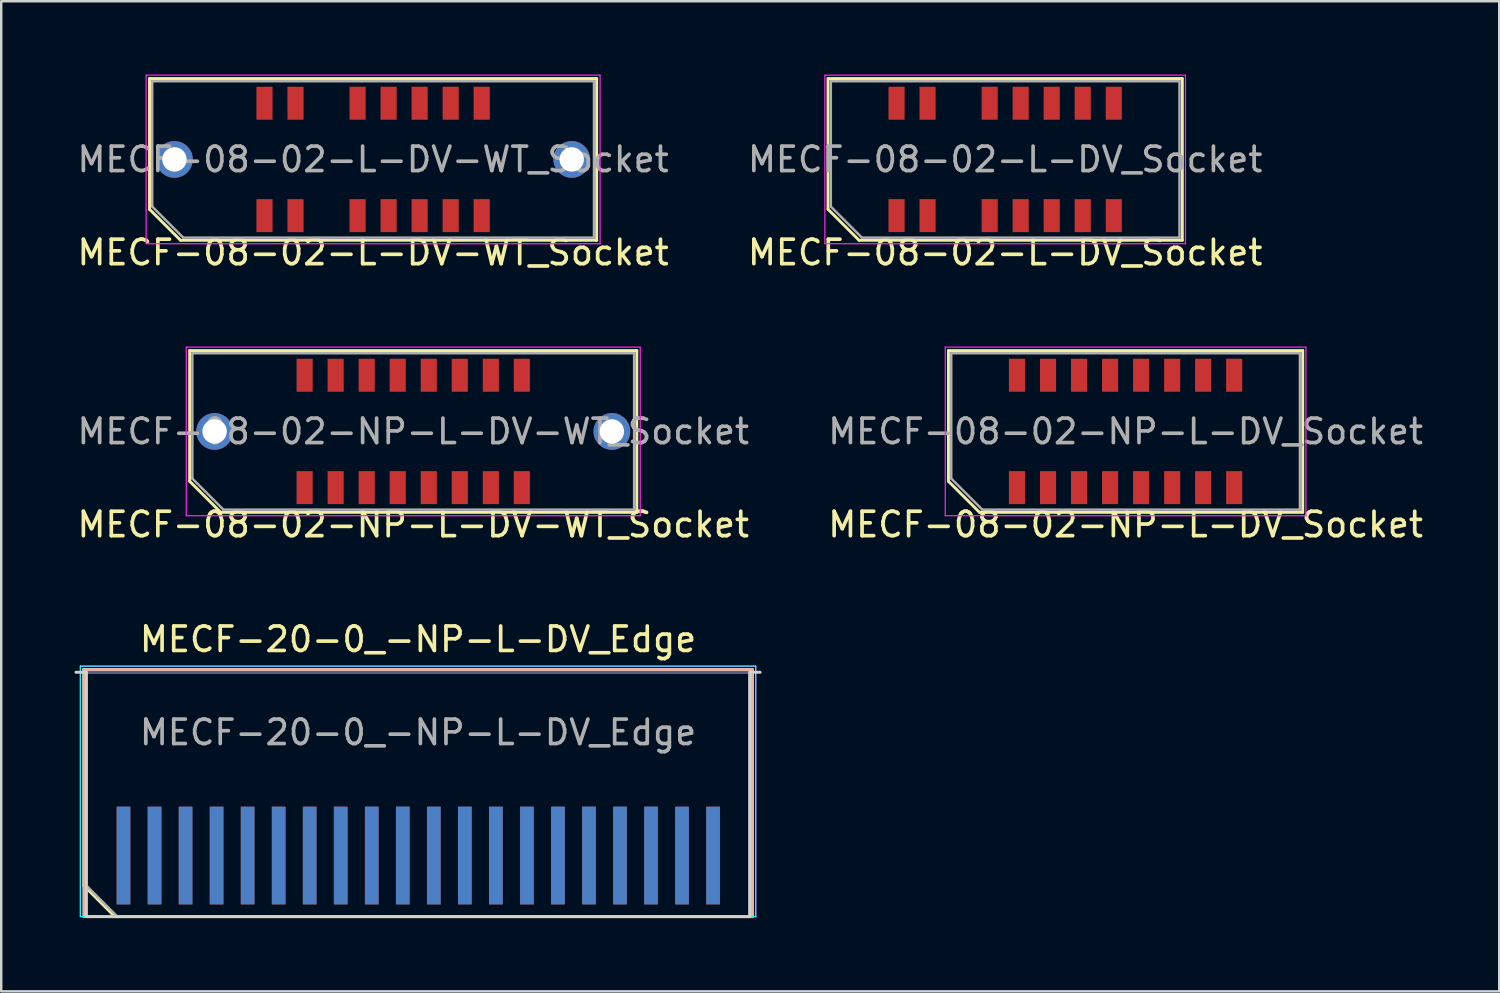
<source format=kicad_pcb>
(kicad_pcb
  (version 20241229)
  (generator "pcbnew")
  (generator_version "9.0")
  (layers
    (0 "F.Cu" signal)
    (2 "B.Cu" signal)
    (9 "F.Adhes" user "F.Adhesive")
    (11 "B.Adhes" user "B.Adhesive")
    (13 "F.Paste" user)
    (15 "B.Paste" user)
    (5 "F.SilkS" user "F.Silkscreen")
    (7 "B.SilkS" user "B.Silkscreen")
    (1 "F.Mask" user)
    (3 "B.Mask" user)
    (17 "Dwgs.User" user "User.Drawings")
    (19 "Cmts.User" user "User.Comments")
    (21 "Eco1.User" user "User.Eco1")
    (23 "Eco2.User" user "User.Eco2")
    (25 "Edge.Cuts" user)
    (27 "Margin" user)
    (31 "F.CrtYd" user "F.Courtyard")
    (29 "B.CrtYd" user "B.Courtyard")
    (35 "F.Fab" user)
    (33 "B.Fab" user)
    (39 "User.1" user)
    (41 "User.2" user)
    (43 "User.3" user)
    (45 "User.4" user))
  (footprint "MECF-20-0_-NP-L-DV_Edge"
    (layer "F.Cu")
    (at 14.06 29.465)
    (property "Reference" "MECF-20-0_-NP-L-DV_Edge" (at 0 -6.35 0) (layer "F.SilkS") (effects (font (size 1 1) (thickness 0.15))))
    (attr exclude_from_pos_files exclude_from_bom)
    (fp_line (start -13.68 -5.11) (end 13.68 -5.11) (stroke (width 0.12) (type solid)) (layer "F.SilkS"))
    (fp_line (start -13.68 3.73) (end -13.68 -5.11) (stroke (width 0.12) (type solid)) (layer "F.SilkS"))
    (fp_line (start -12.41 5) (end -13.68 3.73) (stroke (width 0.12) (type solid)) (layer "F.SilkS"))
    (fp_line (start -12.41 5) (end 13.68 5) (stroke (width 0.12) (type solid)) (layer "F.SilkS"))
    (fp_line (start 13.68 5) (end 13.68 -5.11) (stroke (width 0.12) (type solid)) (layer "F.SilkS"))
    (fp_line (start -13.68 -5.11) (end 13.68 -5.11) (stroke (width 0.12) (type solid)) (layer "B.SilkS"))
    (fp_line (start -13.68 5) (end -13.68 -5.11) (stroke (width 0.12) (type solid)) (layer "B.SilkS"))
    (fp_line (start -13.68 5) (end 13.68 5) (stroke (width 0.12) (type solid)) (layer "B.SilkS"))
    (fp_line (start 13.68 5) (end 13.68 -5.11) (stroke (width 0.12) (type solid)) (layer "B.SilkS"))
    (fp_line (start -14 -5) (end -13.575 -5) (stroke (width 0.12) (type solid)) (layer "Edge.Cuts"))
    (fp_line (start -13.575 5) (end -13.575 -5) (stroke (width 0.12) (type solid)) (layer "Edge.Cuts"))
    (fp_line (start -13.575 5) (end 13.575 5) (stroke (width 0.12) (type solid)) (layer "Edge.Cuts"))
    (fp_line (start 13.575 5) (end 13.575 -5) (stroke (width 0.12) (type solid)) (layer "Edge.Cuts"))
    (fp_line (start 14 -5) (end 13.575 -5) (stroke (width 0.12) (type solid)) (layer "Edge.Cuts"))
    (fp_line (start -13.82 -5.25) (end -13.82 5) (stroke (width 0.05) (type solid)) (layer "B.CrtYd"))
    (fp_line (start -13.82 5) (end 13.82 5) (stroke (width 0.05) (type solid)) (layer "B.CrtYd"))
    (fp_line (start 13.82 -5.25) (end -13.82 -5.25) (stroke (width 0.05) (type solid)) (layer "B.CrtYd"))
    (fp_line (start 13.82 5) (end 13.82 -5.25) (stroke (width 0.05) (type solid)) (layer "B.CrtYd"))
    (fp_line (start -13.82 -5.25) (end -13.82 5) (stroke (width 0.05) (type solid)) (layer "F.CrtYd"))
    (fp_line (start -13.82 5) (end 13.82 5) (stroke (width 0.05) (type solid)) (layer "F.CrtYd"))
    (fp_line (start 13.82 -5.25) (end -13.82 -5.25) (stroke (width 0.05) (type solid)) (layer "F.CrtYd"))
    (fp_line (start 13.82 5) (end 13.82 -5.25) (stroke (width 0.05) (type solid)) (layer "F.CrtYd"))
    (fp_line (start -13.575 -5) (end 13.575 -5) (stroke (width 0.1) (type solid)) (layer "B.Fab"))
    (fp_line (start -13.575 5) (end -13.575 -5) (stroke (width 0.1) (type solid)) (layer "B.Fab"))
    (fp_line (start -13.575 5) (end 13.575 5) (stroke (width 0.1) (type solid)) (layer "B.Fab"))
    (fp_line (start 13.575 5) (end 13.575 -5) (stroke (width 0.1) (type solid)) (layer "B.Fab"))
    (fp_line (start -13.575 -5) (end 13.575 -5) (stroke (width 0.1) (type solid)) (layer "F.Fab"))
    (fp_line (start -13.575 3.73) (end -13.575 -5) (stroke (width 0.1) (type solid)) (layer "F.Fab"))
    (fp_line (start -13.575 3.73) (end -12.305 5) (stroke (width 0.1) (type solid)) (layer "F.Fab"))
    (fp_line (start -12.305 5) (end 13.575 5) (stroke (width 0.1) (type solid)) (layer "F.Fab"))
    (fp_line (start 13.575 5) (end 13.575 -5) (stroke (width 0.1) (type solid)) (layer "F.Fab"))
    (fp_text user "${REFERENCE}" (at 0 -2.54 0) (layer "F.Fab") (effects (font (size 1 1) (thickness 0.15))))
    (pad "1" smd rect (at -12.055 2.5) (size 0.56 4) (layers "F.Cu" "F.Mask" "F.Paste"))
    (pad "2" smd rect (at -12.055 2.5) (size 0.56 4) (layers "B.Cu" "B.Mask" "B.Paste"))
    (pad "3" smd rect (at -10.785 2.5) (size 0.56 4) (layers "F.Cu" "F.Mask" "F.Paste"))
    (pad "4" smd rect (at -10.785 2.5) (size 0.56 4) (layers "B.Cu" "B.Mask" "B.Paste"))
    (pad "5" smd rect (at -9.515 2.5) (size 0.56 4) (layers "F.Cu" "F.Mask" "F.Paste"))
    (pad "6" smd rect (at -9.515 2.5) (size 0.56 4) (layers "B.Cu" "B.Mask" "B.Paste"))
    (pad "7" smd rect (at -8.245 2.5) (size 0.56 4) (layers "F.Cu" "F.Mask" "F.Paste"))
    (pad "8" smd rect (at -8.245 2.5) (size 0.56 4) (layers "B.Cu" "B.Mask" "B.Paste"))
    (pad "9" smd rect (at -6.975 2.5) (size 0.56 4) (layers "F.Cu" "F.Mask" "F.Paste"))
    (pad "10" smd rect (at -6.975 2.5) (size 0.56 4) (layers "B.Cu" "B.Mask" "B.Paste"))
    (pad "11" smd rect (at -5.705 2.5) (size 0.56 4) (layers "F.Cu" "F.Mask" "F.Paste"))
    (pad "12" smd rect (at -5.705 2.5) (size 0.56 4) (layers "B.Cu" "B.Mask" "B.Paste"))
    (pad "13" smd rect (at -4.435 2.5) (size 0.56 4) (layers "F.Cu" "F.Mask" "F.Paste"))
    (pad "14" smd rect (at -4.435 2.5) (size 0.56 4) (layers "B.Cu" "B.Mask" "B.Paste"))
    (pad "15" smd rect (at -3.165 2.5) (size 0.56 4) (layers "F.Cu" "F.Mask" "F.Paste"))
    (pad "16" smd rect (at -3.165 2.5) (size 0.56 4) (layers "B.Cu" "B.Mask" "B.Paste"))
    (pad "17" smd rect (at -1.895 2.5) (size 0.56 4) (layers "F.Cu" "F.Mask" "F.Paste"))
    (pad "18" smd rect (at -1.895 2.5) (size 0.56 4) (layers "B.Cu" "B.Mask" "B.Paste"))
    (pad "19" smd rect (at -0.625 2.5) (size 0.56 4) (layers "F.Cu" "F.Mask" "F.Paste"))
    (pad "20" smd rect (at -0.625 2.5) (size 0.56 4) (layers "B.Cu" "B.Mask" "B.Paste"))
    (pad "21" smd rect (at 0.645 2.5) (size 0.56 4) (layers "F.Cu" "F.Mask" "F.Paste"))
    (pad "22" smd rect (at 0.645 2.5) (size 0.56 4) (layers "B.Cu" "B.Mask" "B.Paste"))
    (pad "23" smd rect (at 1.915 2.5) (size 0.56 4) (layers "F.Cu" "F.Mask" "F.Paste"))
    (pad "24" smd rect (at 1.915 2.5) (size 0.56 4) (layers "B.Cu" "B.Mask" "B.Paste"))
    (pad "25" smd rect (at 3.185 2.5) (size 0.56 4) (layers "F.Cu" "F.Mask" "F.Paste"))
    (pad "26" smd rect (at 3.185 2.5) (size 0.56 4) (layers "B.Cu" "B.Mask" "B.Paste"))
    (pad "27" smd rect (at 4.455 2.5) (size 0.56 4) (layers "F.Cu" "F.Mask" "F.Paste"))
    (pad "28" smd rect (at 4.455 2.5) (size 0.56 4) (layers "B.Cu" "B.Mask" "B.Paste"))
    (pad "29" smd rect (at 5.725 2.5) (size 0.56 4) (layers "F.Cu" "F.Mask" "F.Paste"))
    (pad "30" smd rect (at 5.725 2.5) (size 0.56 4) (layers "B.Cu" "B.Mask" "B.Paste"))
    (pad "31" smd rect (at 6.995 2.5) (size 0.56 4) (layers "F.Cu" "F.Mask" "F.Paste"))
    (pad "32" smd rect (at 6.995 2.5) (size 0.56 4) (layers "B.Cu" "B.Mask" "B.Paste"))
    (pad "33" smd rect (at 8.265 2.5) (size 0.56 4) (layers "F.Cu" "F.Mask" "F.Paste"))
    (pad "34" smd rect (at 8.265 2.5) (size 0.56 4) (layers "B.Cu" "B.Mask" "B.Paste"))
    (pad "35" smd rect (at 9.535 2.5) (size 0.56 4) (layers "F.Cu" "F.Mask" "F.Paste"))
    (pad "36" smd rect (at 9.535 2.5) (size 0.56 4) (layers "B.Cu" "B.Mask" "B.Paste"))
    (pad "37" smd rect (at 10.805 2.5) (size 0.56 4) (layers "F.Cu" "F.Mask" "F.Paste"))
    (pad "38" smd rect (at 10.805 2.5) (size 0.56 4) (layers "B.Cu" "B.Mask" "B.Paste"))
    (pad "39" smd rect (at 12.075 2.5) (size 0.56 4) (layers "F.Cu" "F.Mask" "F.Paste"))
    (pad "40" smd rect (at 12.075 2.5) (size 0.56 4) (layers "B.Cu" "B.Mask" "B.Paste")))
  (footprint "MECF-08-02-NP-L-DV-WT_Socket"
    (layer "F.Cu")
    (at 13.863 14.608)
    (property "Reference" "MECF-08-02-NP-L-DV-WT_Socket" (at 0 3.81 0) (layer "F.SilkS") (effects (font (size 1 1) (thickness 0.15))))
    (attr smd)
    (fp_line (start -9.15 -3.31) (end 9.15 -3.31) (stroke (width 0.12) (type solid)) (layer "F.SilkS"))
    (fp_line (start -9.15 2.04) (end -9.15 -3.31) (stroke (width 0.12) (type solid)) (layer "F.SilkS"))
    (fp_line (start -7.88 3.31) (end -9.15 2.04) (stroke (width 0.12) (type solid)) (layer "F.SilkS"))
    (fp_line (start -7.88 3.31) (end 9.15 3.31) (stroke (width 0.12) (type solid)) (layer "F.SilkS"))
    (fp_line (start 9.15 3.31) (end 9.15 -3.31) (stroke (width 0.12) (type solid)) (layer "F.SilkS"))
    (fp_line (start -9.29 -3.45) (end -9.29 3.45) (stroke (width 0.05) (type solid)) (layer "F.CrtYd"))
    (fp_line (start -9.29 3.45) (end 9.29 3.45) (stroke (width 0.05) (type solid)) (layer "F.CrtYd"))
    (fp_line (start 9.29 -3.45) (end -9.29 -3.45) (stroke (width 0.05) (type solid)) (layer "F.CrtYd"))
    (fp_line (start 9.29 3.45) (end 9.29 -3.45) (stroke (width 0.05) (type solid)) (layer "F.CrtYd"))
    (fp_line (start -9.04 -3.2) (end 9.04 -3.2) (stroke (width 0.1) (type solid)) (layer "F.Fab"))
    (fp_line (start -9.04 1.93) (end -9.04 -3.2) (stroke (width 0.1) (type solid)) (layer "F.Fab"))
    (fp_line (start -9.04 1.93) (end -7.77 3.2) (stroke (width 0.1) (type solid)) (layer "F.Fab"))
    (fp_line (start -7.77 3.2) (end 9.04 3.2) (stroke (width 0.1) (type solid)) (layer "F.Fab"))
    (fp_line (start 9.04 3.2) (end 9.04 -3.2) (stroke (width 0.1) (type solid)) (layer "F.Fab"))
    (fp_text user "${REFERENCE}" (at 0 0 0) (layer "F.Fab") (effects (font (size 1 1) (thickness 0.15))))
    (pad "" thru_hole circle (at -8.13 0) (size 1.5 1.5) (drill 1) (layers "*.Cu" "*.Mask"))
    (pad "" np_thru_hole circle (at -6.225 0) (size 0.001 0.001) (drill 1.45) (layers "*.Cu" "*.Mask"))
    (pad "" np_thru_hole circle (at 6.225 1) (size 0.001 0.001) (drill 1.45) (layers "*.Cu" "*.Mask"))
    (pad "" thru_hole circle (at 8.13 0) (size 1.5 1.5) (drill 1) (layers "*.Cu" "*.Mask"))
    (pad "1" smd rect (at -4.445 2.3) (size 0.66 1.35) (layers "F.Cu" "F.Mask" "F.Paste"))
    (pad "2" smd rect (at -4.445 -2.3) (size 0.66 1.35) (layers "F.Cu" "F.Mask" "F.Paste"))
    (pad "3" smd rect (at -3.175 2.3) (size 0.66 1.35) (layers "F.Cu" "F.Mask" "F.Paste"))
    (pad "4" smd rect (at -3.175 -2.3) (size 0.66 1.35) (layers "F.Cu" "F.Mask" "F.Paste"))
    (pad "5" smd rect (at -1.905 2.3) (size 0.66 1.35) (layers "F.Cu" "F.Mask" "F.Paste"))
    (pad "6" smd rect (at -1.905 -2.3) (size 0.66 1.35) (layers "F.Cu" "F.Mask" "F.Paste"))
    (pad "7" smd rect (at -0.635 2.3) (size 0.66 1.35) (layers "F.Cu" "F.Mask" "F.Paste"))
    (pad "8" smd rect (at -0.635 -2.3) (size 0.66 1.35) (layers "F.Cu" "F.Mask" "F.Paste"))
    (pad "9" smd rect (at 0.635 2.3) (size 0.66 1.35) (layers "F.Cu" "F.Mask" "F.Paste"))
    (pad "10" smd rect (at 0.635 -2.3) (size 0.66 1.35) (layers "F.Cu" "F.Mask" "F.Paste"))
    (pad "11" smd rect (at 1.905 2.3) (size 0.66 1.35) (layers "F.Cu" "F.Mask" "F.Paste"))
    (pad "12" smd rect (at 1.905 -2.3) (size 0.66 1.35) (layers "F.Cu" "F.Mask" "F.Paste"))
    (pad "13" smd rect (at 3.175 2.3) (size 0.66 1.35) (layers "F.Cu" "F.Mask" "F.Paste"))
    (pad "14" smd rect (at 3.175 -2.3) (size 0.66 1.35) (layers "F.Cu" "F.Mask" "F.Paste"))
    (pad "15" smd rect (at 4.445 2.3) (size 0.66 1.35) (layers "F.Cu" "F.Mask" "F.Paste"))
    (pad "16" smd rect (at 4.445 -2.3) (size 0.66 1.35) (layers "F.Cu" "F.Mask" "F.Paste")))
  (footprint "MECF-08-02-L-DV_Socket"
    (layer "F.Cu")
    (at 38.089 3.475)
    (property "Reference" "MECF-08-02-L-DV_Socket" (at 0 3.81 0) (layer "F.SilkS") (effects (font (size 1 1) (thickness 0.15))))
    (attr smd)
    (fp_line (start -7.25 -3.31) (end 7.25 -3.31) (stroke (width 0.12) (type solid)) (layer "F.SilkS"))
    (fp_line (start -7.25 2.04) (end -7.25 -3.31) (stroke (width 0.12) (type solid)) (layer "F.SilkS"))
    (fp_line (start -5.98 3.31) (end -7.25 2.04) (stroke (width 0.12) (type solid)) (layer "F.SilkS"))
    (fp_line (start -5.98 3.31) (end 7.25 3.31) (stroke (width 0.12) (type solid)) (layer "F.SilkS"))
    (fp_line (start 7.25 3.31) (end 7.25 -3.31) (stroke (width 0.12) (type solid)) (layer "F.SilkS"))
    (fp_line (start -7.38 -3.45) (end -7.38 3.45) (stroke (width 0.05) (type solid)) (layer "F.CrtYd"))
    (fp_line (start -7.38 3.45) (end 7.38 3.45) (stroke (width 0.05) (type solid)) (layer "F.CrtYd"))
    (fp_line (start 7.38 -3.45) (end -7.38 -3.45) (stroke (width 0.05) (type solid)) (layer "F.CrtYd"))
    (fp_line (start 7.38 3.45) (end 7.38 -3.45) (stroke (width 0.05) (type solid)) (layer "F.CrtYd"))
    (fp_line (start -7.135 -3.2) (end 7.135 -3.2) (stroke (width 0.1) (type solid)) (layer "F.Fab"))
    (fp_line (start -7.135 1.93) (end -7.135 -3.2) (stroke (width 0.1) (type solid)) (layer "F.Fab"))
    (fp_line (start -7.135 1.93) (end -5.865 3.2) (stroke (width 0.1) (type solid)) (layer "F.Fab"))
    (fp_line (start -5.865 3.2) (end 7.135 3.2) (stroke (width 0.1) (type solid)) (layer "F.Fab"))
    (fp_line (start 7.135 3.2) (end 7.135 -3.2) (stroke (width 0.1) (type solid)) (layer "F.Fab"))
    (fp_text user "${REFERENCE}" (at 0 0 0) (layer "F.Fab") (effects (font (size 1 1) (thickness 0.15))))
    (pad "" np_thru_hole circle (at -6.225 0) (size 0.001 0.001) (drill 1.45) (layers "*.Cu" "*.Mask"))
    (pad "" np_thru_hole circle (at 6.225 1) (size 0.001 0.001) (drill 1.45) (layers "*.Cu" "*.Mask"))
    (pad "1" smd rect (at -4.445 2.3) (size 0.66 1.35) (layers "F.Cu" "F.Mask" "F.Paste"))
    (pad "2" smd rect (at -4.445 -2.3) (size 0.66 1.35) (layers "F.Cu" "F.Mask" "F.Paste"))
    (pad "3" smd rect (at -3.175 2.3) (size 0.66 1.35) (layers "F.Cu" "F.Mask" "F.Paste"))
    (pad "4" smd rect (at -3.175 -2.3) (size 0.66 1.35) (layers "F.Cu" "F.Mask" "F.Paste"))
    (pad "7" smd rect (at -0.635 2.3) (size 0.66 1.35) (layers "F.Cu" "F.Mask" "F.Paste"))
    (pad "8" smd rect (at -0.635 -2.3) (size 0.66 1.35) (layers "F.Cu" "F.Mask" "F.Paste"))
    (pad "9" smd rect (at 0.635 2.3) (size 0.66 1.35) (layers "F.Cu" "F.Mask" "F.Paste"))
    (pad "10" smd rect (at 0.635 -2.3) (size 0.66 1.35) (layers "F.Cu" "F.Mask" "F.Paste"))
    (pad "11" smd rect (at 1.905 2.3) (size 0.66 1.35) (layers "F.Cu" "F.Mask" "F.Paste"))
    (pad "12" smd rect (at 1.905 -2.3) (size 0.66 1.35) (layers "F.Cu" "F.Mask" "F.Paste"))
    (pad "13" smd rect (at 3.175 2.3) (size 0.66 1.35) (layers "F.Cu" "F.Mask" "F.Paste"))
    (pad "14" smd rect (at 3.175 -2.3) (size 0.66 1.35) (layers "F.Cu" "F.Mask" "F.Paste"))
    (pad "15" smd rect (at 4.445 2.3) (size 0.66 1.35) (layers "F.Cu" "F.Mask" "F.Paste"))
    (pad "16" smd rect (at 4.445 -2.3) (size 0.66 1.35) (layers "F.Cu" "F.Mask" "F.Paste")))
  (footprint "MECF-08-02-NP-L-DV_Socket"
    (layer "F.Cu")
    (at 43.018 14.608)
    (property "Reference" "MECF-08-02-NP-L-DV_Socket" (at 0 3.81 0) (layer "F.SilkS") (effects (font (size 1 1) (thickness 0.15))))
    (attr smd)
    (fp_line (start -7.25 -3.31) (end 7.25 -3.31) (stroke (width 0.12) (type solid)) (layer "F.SilkS"))
    (fp_line (start -7.25 2.04) (end -7.25 -3.31) (stroke (width 0.12) (type solid)) (layer "F.SilkS"))
    (fp_line (start -5.98 3.31) (end -7.25 2.04) (stroke (width 0.12) (type solid)) (layer "F.SilkS"))
    (fp_line (start -5.98 3.31) (end 7.25 3.31) (stroke (width 0.12) (type solid)) (layer "F.SilkS"))
    (fp_line (start 7.25 3.31) (end 7.25 -3.31) (stroke (width 0.12) (type solid)) (layer "F.SilkS"))
    (fp_line (start -7.38 -3.45) (end -7.38 3.45) (stroke (width 0.05) (type solid)) (layer "F.CrtYd"))
    (fp_line (start -7.38 3.45) (end 7.38 3.45) (stroke (width 0.05) (type solid)) (layer "F.CrtYd"))
    (fp_line (start 7.38 -3.45) (end -7.38 -3.45) (stroke (width 0.05) (type solid)) (layer "F.CrtYd"))
    (fp_line (start 7.38 3.45) (end 7.38 -3.45) (stroke (width 0.05) (type solid)) (layer "F.CrtYd"))
    (fp_line (start -7.135 -3.2) (end 7.135 -3.2) (stroke (width 0.1) (type solid)) (layer "F.Fab"))
    (fp_line (start -7.135 1.93) (end -7.135 -3.2) (stroke (width 0.1) (type solid)) (layer "F.Fab"))
    (fp_line (start -7.135 1.93) (end -5.865 3.2) (stroke (width 0.1) (type solid)) (layer "F.Fab"))
    (fp_line (start -5.865 3.2) (end 7.135 3.2) (stroke (width 0.1) (type solid)) (layer "F.Fab"))
    (fp_line (start 7.135 3.2) (end 7.135 -3.2) (stroke (width 0.1) (type solid)) (layer "F.Fab"))
    (fp_text user "${REFERENCE}" (at 0 0 0) (layer "F.Fab") (effects (font (size 1 1) (thickness 0.15))))
    (pad "" np_thru_hole circle (at -6.225 0) (size 0.001 0.001) (drill 1.45) (layers "*.Cu" "*.Mask"))
    (pad "" np_thru_hole circle (at 6.225 1) (size 0.001 0.001) (drill 1.45) (layers "*.Cu" "*.Mask"))
    (pad "1" smd rect (at -4.445 2.3) (size 0.66 1.35) (layers "F.Cu" "F.Mask" "F.Paste"))
    (pad "2" smd rect (at -4.445 -2.3) (size 0.66 1.35) (layers "F.Cu" "F.Mask" "F.Paste"))
    (pad "3" smd rect (at -3.175 2.3) (size 0.66 1.35) (layers "F.Cu" "F.Mask" "F.Paste"))
    (pad "4" smd rect (at -3.175 -2.3) (size 0.66 1.35) (layers "F.Cu" "F.Mask" "F.Paste"))
    (pad "5" smd rect (at -1.905 2.3) (size 0.66 1.35) (layers "F.Cu" "F.Mask" "F.Paste"))
    (pad "6" smd rect (at -1.905 -2.3) (size 0.66 1.35) (layers "F.Cu" "F.Mask" "F.Paste"))
    (pad "7" smd rect (at -0.635 2.3) (size 0.66 1.35) (layers "F.Cu" "F.Mask" "F.Paste"))
    (pad "8" smd rect (at -0.635 -2.3) (size 0.66 1.35) (layers "F.Cu" "F.Mask" "F.Paste"))
    (pad "9" smd rect (at 0.635 2.3) (size 0.66 1.35) (layers "F.Cu" "F.Mask" "F.Paste"))
    (pad "10" smd rect (at 0.635 -2.3) (size 0.66 1.35) (layers "F.Cu" "F.Mask" "F.Paste"))
    (pad "11" smd rect (at 1.905 2.3) (size 0.66 1.35) (layers "F.Cu" "F.Mask" "F.Paste"))
    (pad "12" smd rect (at 1.905 -2.3) (size 0.66 1.35) (layers "F.Cu" "F.Mask" "F.Paste"))
    (pad "13" smd rect (at 3.175 2.3) (size 0.66 1.35) (layers "F.Cu" "F.Mask" "F.Paste"))
    (pad "14" smd rect (at 3.175 -2.3) (size 0.66 1.35) (layers "F.Cu" "F.Mask" "F.Paste"))
    (pad "15" smd rect (at 4.445 2.3) (size 0.66 1.35) (layers "F.Cu" "F.Mask" "F.Paste"))
    (pad "16" smd rect (at 4.445 -2.3) (size 0.66 1.35) (layers "F.Cu" "F.Mask" "F.Paste")))
  (footprint "MECF-08-02-L-DV-WT_Socket"
    (layer "F.Cu")
    (at 12.22 3.475)
    (property "Reference" "MECF-08-02-L-DV-WT_Socket" (at 0 3.81 0) (layer "F.SilkS") (effects (font (size 1 1) (thickness 0.15))))
    (attr smd)
    (fp_line (start -9.15 -3.31) (end 9.15 -3.31) (stroke (width 0.12) (type solid)) (layer "F.SilkS"))
    (fp_line (start -9.15 2.04) (end -9.15 -3.31) (stroke (width 0.12) (type solid)) (layer "F.SilkS"))
    (fp_line (start -7.88 3.31) (end -9.15 2.04) (stroke (width 0.12) (type solid)) (layer "F.SilkS"))
    (fp_line (start -7.88 3.31) (end 9.15 3.31) (stroke (width 0.12) (type solid)) (layer "F.SilkS"))
    (fp_line (start 9.15 3.31) (end 9.15 -3.31) (stroke (width 0.12) (type solid)) (layer "F.SilkS"))
    (fp_line (start -9.29 -3.45) (end -9.29 3.45) (stroke (width 0.05) (type solid)) (layer "F.CrtYd"))
    (fp_line (start -9.29 3.45) (end 9.29 3.45) (stroke (width 0.05) (type solid)) (layer "F.CrtYd"))
    (fp_line (start 9.29 -3.45) (end -9.29 -3.45) (stroke (width 0.05) (type solid)) (layer "F.CrtYd"))
    (fp_line (start 9.29 3.45) (end 9.29 -3.45) (stroke (width 0.05) (type solid)) (layer "F.CrtYd"))
    (fp_line (start -9.04 -3.2) (end 9.04 -3.2) (stroke (width 0.1) (type solid)) (layer "F.Fab"))
    (fp_line (start -9.04 1.93) (end -9.04 -3.2) (stroke (width 0.1) (type solid)) (layer "F.Fab"))
    (fp_line (start -9.04 1.93) (end -7.77 3.2) (stroke (width 0.1) (type solid)) (layer "F.Fab"))
    (fp_line (start -7.77 3.2) (end 9.04 3.2) (stroke (width 0.1) (type solid)) (layer "F.Fab"))
    (fp_line (start 9.04 3.2) (end 9.04 -3.2) (stroke (width 0.1) (type solid)) (layer "F.Fab"))
    (fp_text user "${REFERENCE}" (at 0 0 0) (layer "F.Fab") (effects (font (size 1 1) (thickness 0.15))))
    (pad "" thru_hole circle (at -8.13 0) (size 1.5 1.5) (drill 1) (layers "*.Cu" "*.Mask"))
    (pad "" np_thru_hole circle (at -6.225 0) (size 0.001 0.001) (drill 1.45) (layers "*.Cu" "*.Mask"))
    (pad "" np_thru_hole circle (at 6.225 1) (size 0.001 0.001) (drill 1.45) (layers "*.Cu" "*.Mask"))
    (pad "" thru_hole circle (at 8.13 0) (size 1.5 1.5) (drill 1) (layers "*.Cu" "*.Mask"))
    (pad "1" smd rect (at -4.445 2.3) (size 0.66 1.35) (layers "F.Cu" "F.Mask" "F.Paste"))
    (pad "2" smd rect (at -4.445 -2.3) (size 0.66 1.35) (layers "F.Cu" "F.Mask" "F.Paste"))
    (pad "3" smd rect (at -3.175 2.3) (size 0.66 1.35) (layers "F.Cu" "F.Mask" "F.Paste"))
    (pad "4" smd rect (at -3.175 -2.3) (size 0.66 1.35) (layers "F.Cu" "F.Mask" "F.Paste"))
    (pad "7" smd rect (at -0.635 2.3) (size 0.66 1.35) (layers "F.Cu" "F.Mask" "F.Paste"))
    (pad "8" smd rect (at -0.635 -2.3) (size 0.66 1.35) (layers "F.Cu" "F.Mask" "F.Paste"))
    (pad "9" smd rect (at 0.635 2.3) (size 0.66 1.35) (layers "F.Cu" "F.Mask" "F.Paste"))
    (pad "10" smd rect (at 0.635 -2.3) (size 0.66 1.35) (layers "F.Cu" "F.Mask" "F.Paste"))
    (pad "11" smd rect (at 1.905 2.3) (size 0.66 1.35) (layers "F.Cu" "F.Mask" "F.Paste"))
    (pad "12" smd rect (at 1.905 -2.3) (size 0.66 1.35) (layers "F.Cu" "F.Mask" "F.Paste"))
    (pad "13" smd rect (at 3.175 2.3) (size 0.66 1.35) (layers "F.Cu" "F.Mask" "F.Paste"))
    (pad "14" smd rect (at 3.175 -2.3) (size 0.66 1.35) (layers "F.Cu" "F.Mask" "F.Paste"))
    (pad "15" smd rect (at 4.445 2.3) (size 0.66 1.35) (layers "F.Cu" "F.Mask" "F.Paste"))
    (pad "16" smd rect (at 4.445 -2.3) (size 0.66 1.35) (layers "F.Cu" "F.Mask" "F.Paste")))
  (gr_rect
    (start -3 -3)
    (end 58.31 37.525)
    (stroke (width 0.1) (type default))
    (fill no)
    (layer "Edge.Cuts")))
</source>
